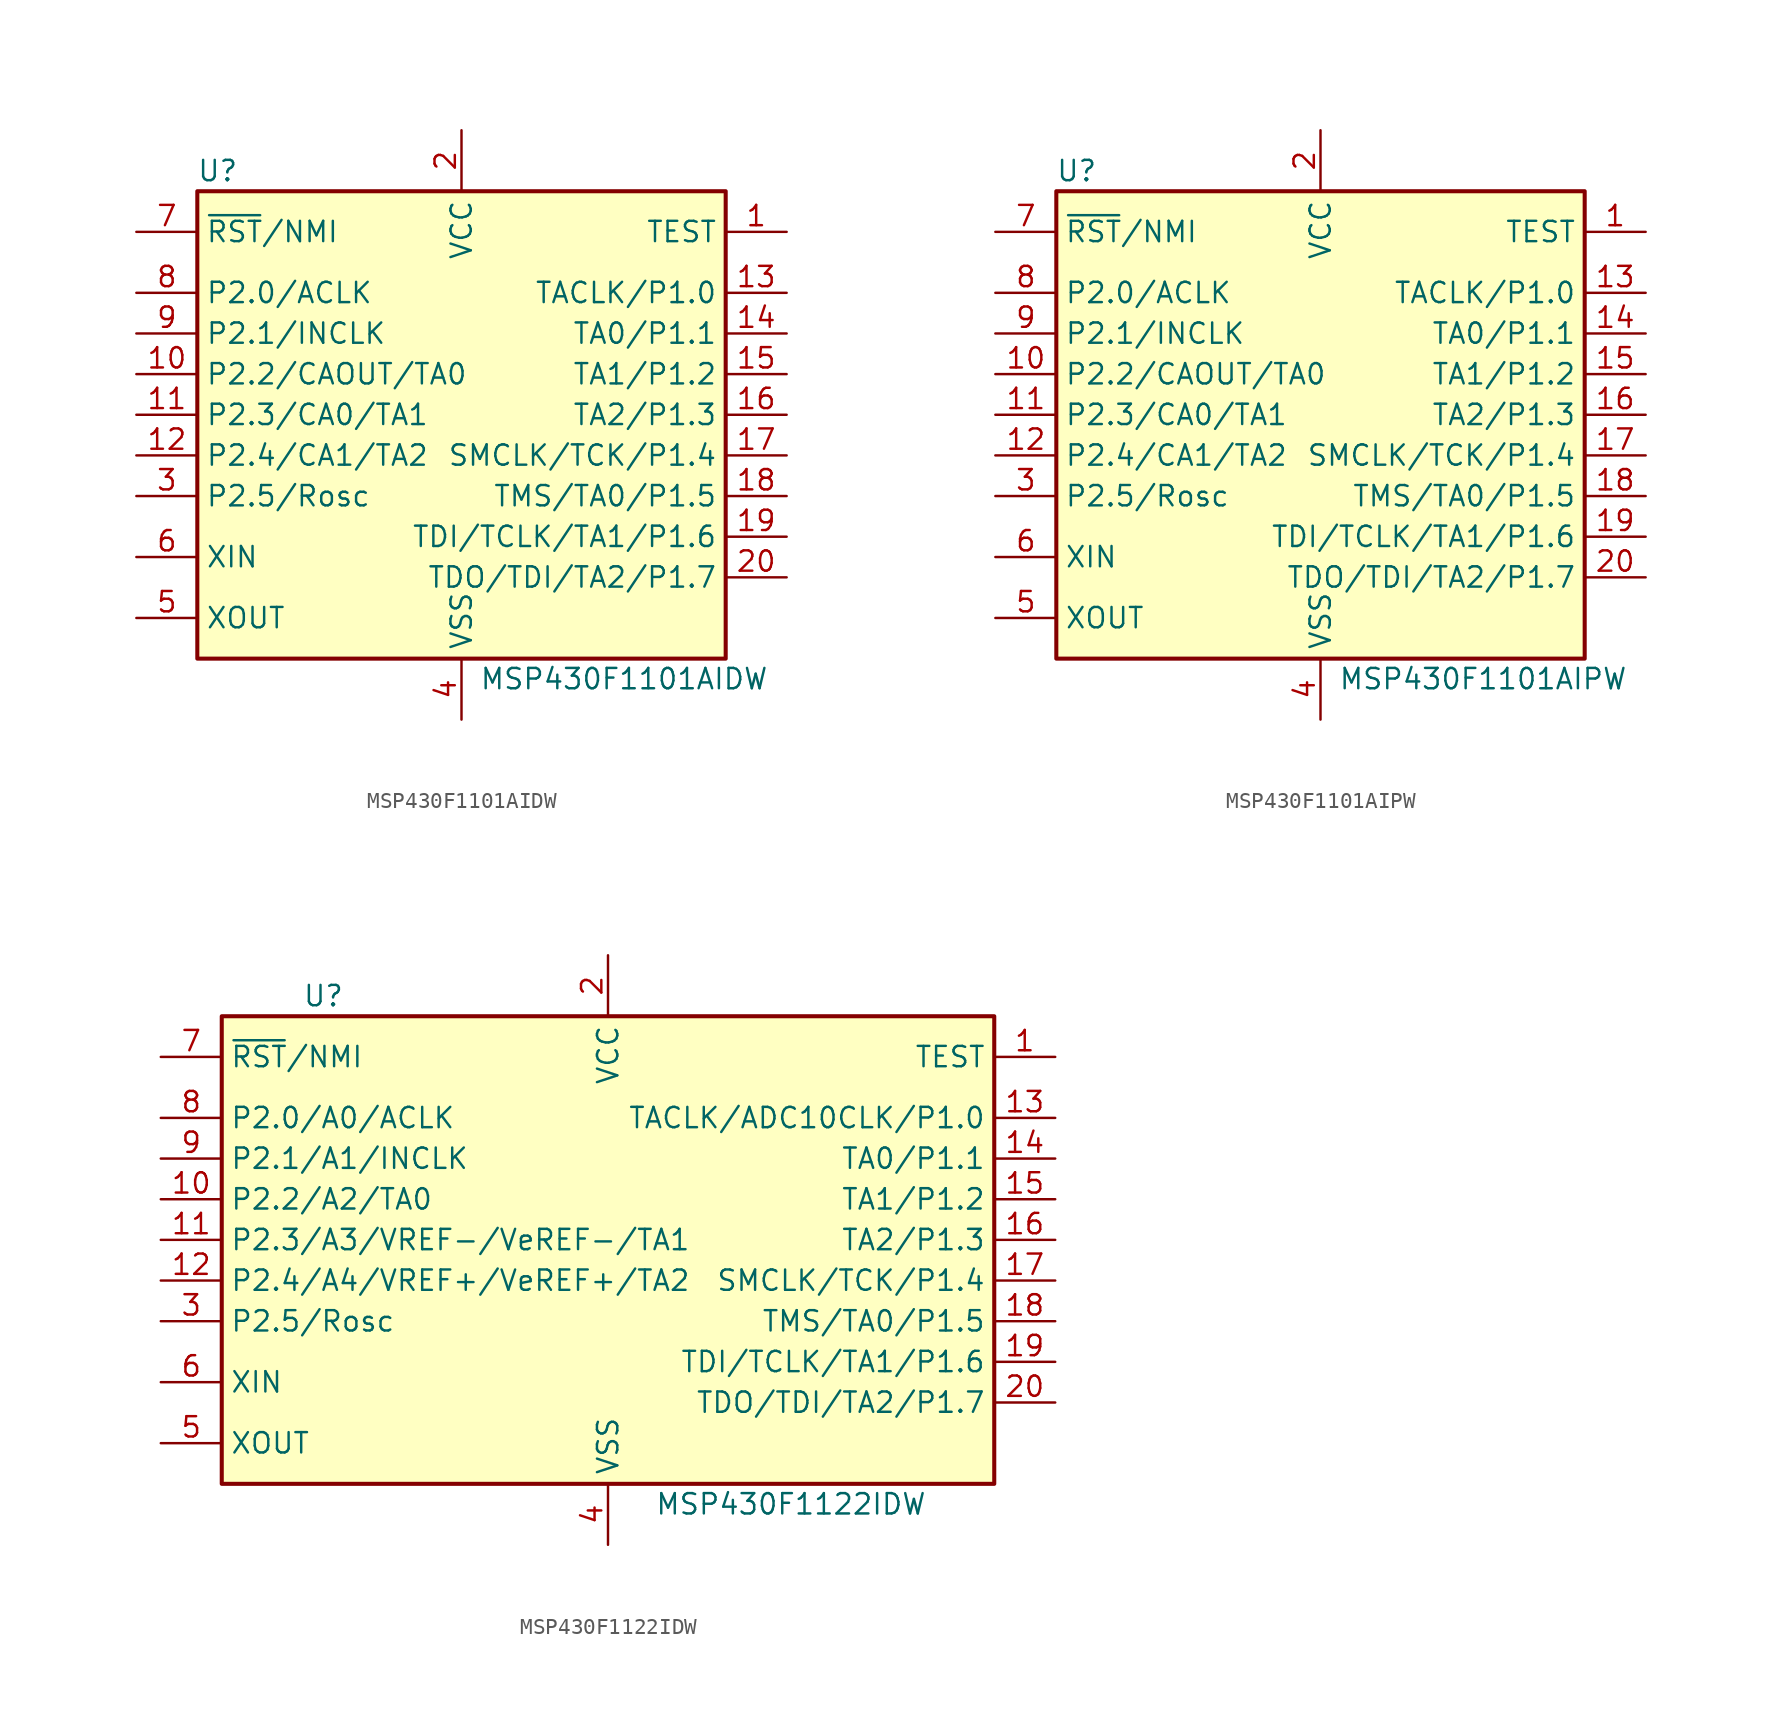
<source format=kicad_sym>
(kicad_symbol_lib
  (version 20231120)
  (generator "kicad_symbol_editor")
  (generator_version "8.0")
  (symbol "MSP430F1101AIDW"
    (property "Reference" "U"
      (at -15.24 15.24 0)
      (effects (font (size 1.27 1.27))))
    (property "Value" "MSP430F1101AIDW"
      (at 10.16 -16.51 0)
      (effects (font (size 1.27 1.27))))
    (symbol "MSP430F1101AIDW_0_1"
      (rectangle (start -16.51 13.97) (end 16.51 -15.24) (stroke (width 0.254) (type default)) (fill (type background))))
    (symbol "MSP430F1101AIDW_1_1"
      (pin input line (at 20.32 11.43 180) (length 3.81) (name "TEST" (effects (font (size 1.27 1.27)))) (number "1" (effects (font (size 1.27 1.27)))))
      (pin bidirectional line (at -20.32 2.54 0) (length 3.81) (name "P2.2/CAOUT/TA0" (effects (font (size 1.27 1.27)))) (number "10" (effects (font (size 1.27 1.27)))))
      (pin bidirectional line (at -20.32 0 0) (length 3.81) (name "P2.3/CA0/TA1" (effects (font (size 1.27 1.27)))) (number "11" (effects (font (size 1.27 1.27)))))
      (pin bidirectional line (at -20.32 -2.54 0) (length 3.81) (name "P2.4/CA1/TA2" (effects (font (size 1.27 1.27)))) (number "12" (effects (font (size 1.27 1.27)))))
      (pin bidirectional line (at 20.32 7.62 180) (length 3.81) (name "TACLK/P1.0" (effects (font (size 1.27 1.27)))) (number "13" (effects (font (size 1.27 1.27)))))
      (pin bidirectional line (at 20.32 5.08 180) (length 3.81) (name "TA0/P1.1" (effects (font (size 1.27 1.27)))) (number "14" (effects (font (size 1.27 1.27)))))
      (pin bidirectional line (at 20.32 2.54 180) (length 3.81) (name "TA1/P1.2" (effects (font (size 1.27 1.27)))) (number "15" (effects (font (size 1.27 1.27)))))
      (pin bidirectional line (at 20.32 0 180) (length 3.81) (name "TA2/P1.3" (effects (font (size 1.27 1.27)))) (number "16" (effects (font (size 1.27 1.27)))))
      (pin bidirectional line (at 20.32 -2.54 180) (length 3.81) (name "SMCLK/TCK/P1.4" (effects (font (size 1.27 1.27)))) (number "17" (effects (font (size 1.27 1.27)))))
      (pin bidirectional line (at 20.32 -5.08 180) (length 3.81) (name "TMS/TA0/P1.5" (effects (font (size 1.27 1.27)))) (number "18" (effects (font (size 1.27 1.27)))))
      (pin bidirectional line (at 20.32 -7.62 180) (length 3.81) (name "TDI/TCLK/TA1/P1.6" (effects (font (size 1.27 1.27)))) (number "19" (effects (font (size 1.27 1.27)))))
      (pin power_in line (at 0 17.78 270) (length 3.81) (name "VCC" (effects (font (size 1.27 1.27)))) (number "2" (effects (font (size 1.27 1.27)))))
      (pin bidirectional line (at 20.32 -10.16 180) (length 3.81) (name "TDO/TDI/TA2/P1.7" (effects (font (size 1.27 1.27)))) (number "20" (effects (font (size 1.27 1.27)))))
      (pin bidirectional line (at -20.32 -5.08 0) (length 3.81) (name "P2.5/Rosc" (effects (font (size 1.27 1.27)))) (number "3" (effects (font (size 1.27 1.27)))))
      (pin power_in line (at 0 -19.05 90) (length 3.81) (name "VSS" (effects (font (size 1.27 1.27)))) (number "4" (effects (font (size 1.27 1.27)))))
      (pin output line (at -20.32 -12.7 0) (length 3.81) (name "XOUT" (effects (font (size 1.27 1.27)))) (number "5" (effects (font (size 1.27 1.27)))))
      (pin input line (at -20.32 -8.89 0) (length 3.81) (name "XIN" (effects (font (size 1.27 1.27)))) (number "6" (effects (font (size 1.27 1.27)))))
      (pin input line (at -20.32 11.43 0) (length 3.81) (name "~{RST}/NMI" (effects (font (size 1.27 1.27)))) (number "7" (effects (font (size 1.27 1.27)))))
      (pin bidirectional line (at -20.32 7.62 0) (length 3.81) (name "P2.0/ACLK" (effects (font (size 1.27 1.27)))) (number "8" (effects (font (size 1.27 1.27)))))
      (pin bidirectional line (at -20.32 5.08 0) (length 3.81) (name "P2.1/INCLK" (effects (font (size 1.27 1.27)))) (number "9" (effects (font (size 1.27 1.27)))))))
  (symbol "MSP430F1101AIPW"
    (property "Reference" "U"
      (at -15.24 15.24 0)
      (effects (font (size 1.27 1.27))))
    (property "Value" "MSP430F1101AIPW"
      (at 10.16 -16.51 0)
      (effects (font (size 1.27 1.27))))
    (symbol "MSP430F1101AIPW_0_1"
      (rectangle (start -16.51 13.97) (end 16.51 -15.24) (stroke (width 0.254) (type default)) (fill (type background))))
    (symbol "MSP430F1101AIPW_1_1"
      (pin input line (at 20.32 11.43 180) (length 3.81) (name "TEST" (effects (font (size 1.27 1.27)))) (number "1" (effects (font (size 1.27 1.27)))))
      (pin bidirectional line (at -20.32 2.54 0) (length 3.81) (name "P2.2/CAOUT/TA0" (effects (font (size 1.27 1.27)))) (number "10" (effects (font (size 1.27 1.27)))))
      (pin bidirectional line (at -20.32 0 0) (length 3.81) (name "P2.3/CA0/TA1" (effects (font (size 1.27 1.27)))) (number "11" (effects (font (size 1.27 1.27)))))
      (pin bidirectional line (at -20.32 -2.54 0) (length 3.81) (name "P2.4/CA1/TA2" (effects (font (size 1.27 1.27)))) (number "12" (effects (font (size 1.27 1.27)))))
      (pin bidirectional line (at 20.32 7.62 180) (length 3.81) (name "TACLK/P1.0" (effects (font (size 1.27 1.27)))) (number "13" (effects (font (size 1.27 1.27)))))
      (pin bidirectional line (at 20.32 5.08 180) (length 3.81) (name "TA0/P1.1" (effects (font (size 1.27 1.27)))) (number "14" (effects (font (size 1.27 1.27)))))
      (pin bidirectional line (at 20.32 2.54 180) (length 3.81) (name "TA1/P1.2" (effects (font (size 1.27 1.27)))) (number "15" (effects (font (size 1.27 1.27)))))
      (pin bidirectional line (at 20.32 0 180) (length 3.81) (name "TA2/P1.3" (effects (font (size 1.27 1.27)))) (number "16" (effects (font (size 1.27 1.27)))))
      (pin bidirectional line (at 20.32 -2.54 180) (length 3.81) (name "SMCLK/TCK/P1.4" (effects (font (size 1.27 1.27)))) (number "17" (effects (font (size 1.27 1.27)))))
      (pin bidirectional line (at 20.32 -5.08 180) (length 3.81) (name "TMS/TA0/P1.5" (effects (font (size 1.27 1.27)))) (number "18" (effects (font (size 1.27 1.27)))))
      (pin bidirectional line (at 20.32 -7.62 180) (length 3.81) (name "TDI/TCLK/TA1/P1.6" (effects (font (size 1.27 1.27)))) (number "19" (effects (font (size 1.27 1.27)))))
      (pin power_in line (at 0 17.78 270) (length 3.81) (name "VCC" (effects (font (size 1.27 1.27)))) (number "2" (effects (font (size 1.27 1.27)))))
      (pin bidirectional line (at 20.32 -10.16 180) (length 3.81) (name "TDO/TDI/TA2/P1.7" (effects (font (size 1.27 1.27)))) (number "20" (effects (font (size 1.27 1.27)))))
      (pin bidirectional line (at -20.32 -5.08 0) (length 3.81) (name "P2.5/Rosc" (effects (font (size 1.27 1.27)))) (number "3" (effects (font (size 1.27 1.27)))))
      (pin power_in line (at 0 -19.05 90) (length 3.81) (name "VSS" (effects (font (size 1.27 1.27)))) (number "4" (effects (font (size 1.27 1.27)))))
      (pin output line (at -20.32 -12.7 0) (length 3.81) (name "XOUT" (effects (font (size 1.27 1.27)))) (number "5" (effects (font (size 1.27 1.27)))))
      (pin input line (at -20.32 -8.89 0) (length 3.81) (name "XIN" (effects (font (size 1.27 1.27)))) (number "6" (effects (font (size 1.27 1.27)))))
      (pin input line (at -20.32 11.43 0) (length 3.81) (name "~{RST}/NMI" (effects (font (size 1.27 1.27)))) (number "7" (effects (font (size 1.27 1.27)))))
      (pin bidirectional line (at -20.32 7.62 0) (length 3.81) (name "P2.0/ACLK" (effects (font (size 1.27 1.27)))) (number "8" (effects (font (size 1.27 1.27)))))
      (pin bidirectional line (at -20.32 5.08 0) (length 3.81) (name "P2.1/INCLK" (effects (font (size 1.27 1.27)))) (number "9" (effects (font (size 1.27 1.27)))))))
  (symbol "MSP430F1122IDW"
    (property "Reference" "U"
      (at -17.78 15.24 0)
      (effects (font (size 1.27 1.27))))
    (property "Value" "MSP430F1122IDW"
      (at 11.43 -16.51 0)
      (effects (font (size 1.27 1.27))))
    (symbol "MSP430F1122IDW_0_1"
      (rectangle (start -24.13 13.97) (end 24.13 -15.24) (stroke (width 0.254) (type default)) (fill (type background))))
    (symbol "MSP430F1122IDW_1_1"
      (pin input line (at 27.94 11.43 180) (length 3.81) (name "TEST" (effects (font (size 1.27 1.27)))) (number "1" (effects (font (size 1.27 1.27)))))
      (pin bidirectional line (at -27.94 2.54 0) (length 3.81) (name "P2.2/A2/TA0" (effects (font (size 1.27 1.27)))) (number "10" (effects (font (size 1.27 1.27)))))
      (pin bidirectional line (at -27.94 0 0) (length 3.81) (name "P2.3/A3/VREF-/VeREF-/TA1" (effects (font (size 1.27 1.27)))) (number "11" (effects (font (size 1.27 1.27)))))
      (pin bidirectional line (at -27.94 -2.54 0) (length 3.81) (name "P2.4/A4/VREF+/VeREF+/TA2" (effects (font (size 1.27 1.27)))) (number "12" (effects (font (size 1.27 1.27)))))
      (pin bidirectional line (at 27.94 7.62 180) (length 3.81) (name "TACLK/ADC10CLK/P1.0" (effects (font (size 1.27 1.27)))) (number "13" (effects (font (size 1.27 1.27)))))
      (pin bidirectional line (at 27.94 5.08 180) (length 3.81) (name "TA0/P1.1" (effects (font (size 1.27 1.27)))) (number "14" (effects (font (size 1.27 1.27)))))
      (pin bidirectional line (at 27.94 2.54 180) (length 3.81) (name "TA1/P1.2" (effects (font (size 1.27 1.27)))) (number "15" (effects (font (size 1.27 1.27)))))
      (pin bidirectional line (at 27.94 0 180) (length 3.81) (name "TA2/P1.3" (effects (font (size 1.27 1.27)))) (number "16" (effects (font (size 1.27 1.27)))))
      (pin bidirectional line (at 27.94 -2.54 180) (length 3.81) (name "SMCLK/TCK/P1.4" (effects (font (size 1.27 1.27)))) (number "17" (effects (font (size 1.27 1.27)))))
      (pin bidirectional line (at 27.94 -5.08 180) (length 3.81) (name "TMS/TA0/P1.5" (effects (font (size 1.27 1.27)))) (number "18" (effects (font (size 1.27 1.27)))))
      (pin bidirectional line (at 27.94 -7.62 180) (length 3.81) (name "TDI/TCLK/TA1/P1.6" (effects (font (size 1.27 1.27)))) (number "19" (effects (font (size 1.27 1.27)))))
      (pin power_in line (at 0 17.78 270) (length 3.81) (name "VCC" (effects (font (size 1.27 1.27)))) (number "2" (effects (font (size 1.27 1.27)))))
      (pin bidirectional line (at 27.94 -10.16 180) (length 3.81) (name "TDO/TDI/TA2/P1.7" (effects (font (size 1.27 1.27)))) (number "20" (effects (font (size 1.27 1.27)))))
      (pin bidirectional line (at -27.94 -5.08 0) (length 3.81) (name "P2.5/Rosc" (effects (font (size 1.27 1.27)))) (number "3" (effects (font (size 1.27 1.27)))))
      (pin power_in line (at 0 -19.05 90) (length 3.81) (name "VSS" (effects (font (size 1.27 1.27)))) (number "4" (effects (font (size 1.27 1.27)))))
      (pin output line (at -27.94 -12.7 0) (length 3.81) (name "XOUT" (effects (font (size 1.27 1.27)))) (number "5" (effects (font (size 1.27 1.27)))))
      (pin input line (at -27.94 -8.89 0) (length 3.81) (name "XIN" (effects (font (size 1.27 1.27)))) (number "6" (effects (font (size 1.27 1.27)))))
      (pin input line (at -27.94 11.43 0) (length 3.81) (name "~{RST}/NMI" (effects (font (size 1.27 1.27)))) (number "7" (effects (font (size 1.27 1.27)))))
      (pin bidirectional line (at -27.94 7.62 0) (length 3.81) (name "P2.0/A0/ACLK" (effects (font (size 1.27 1.27)))) (number "8" (effects (font (size 1.27 1.27)))))
      (pin bidirectional line (at -27.94 5.08 0) (length 3.81) (name "P2.1/A1/INCLK" (effects (font (size 1.27 1.27)))) (number "9" (effects (font (size 1.27 1.27))))))))
</source>
